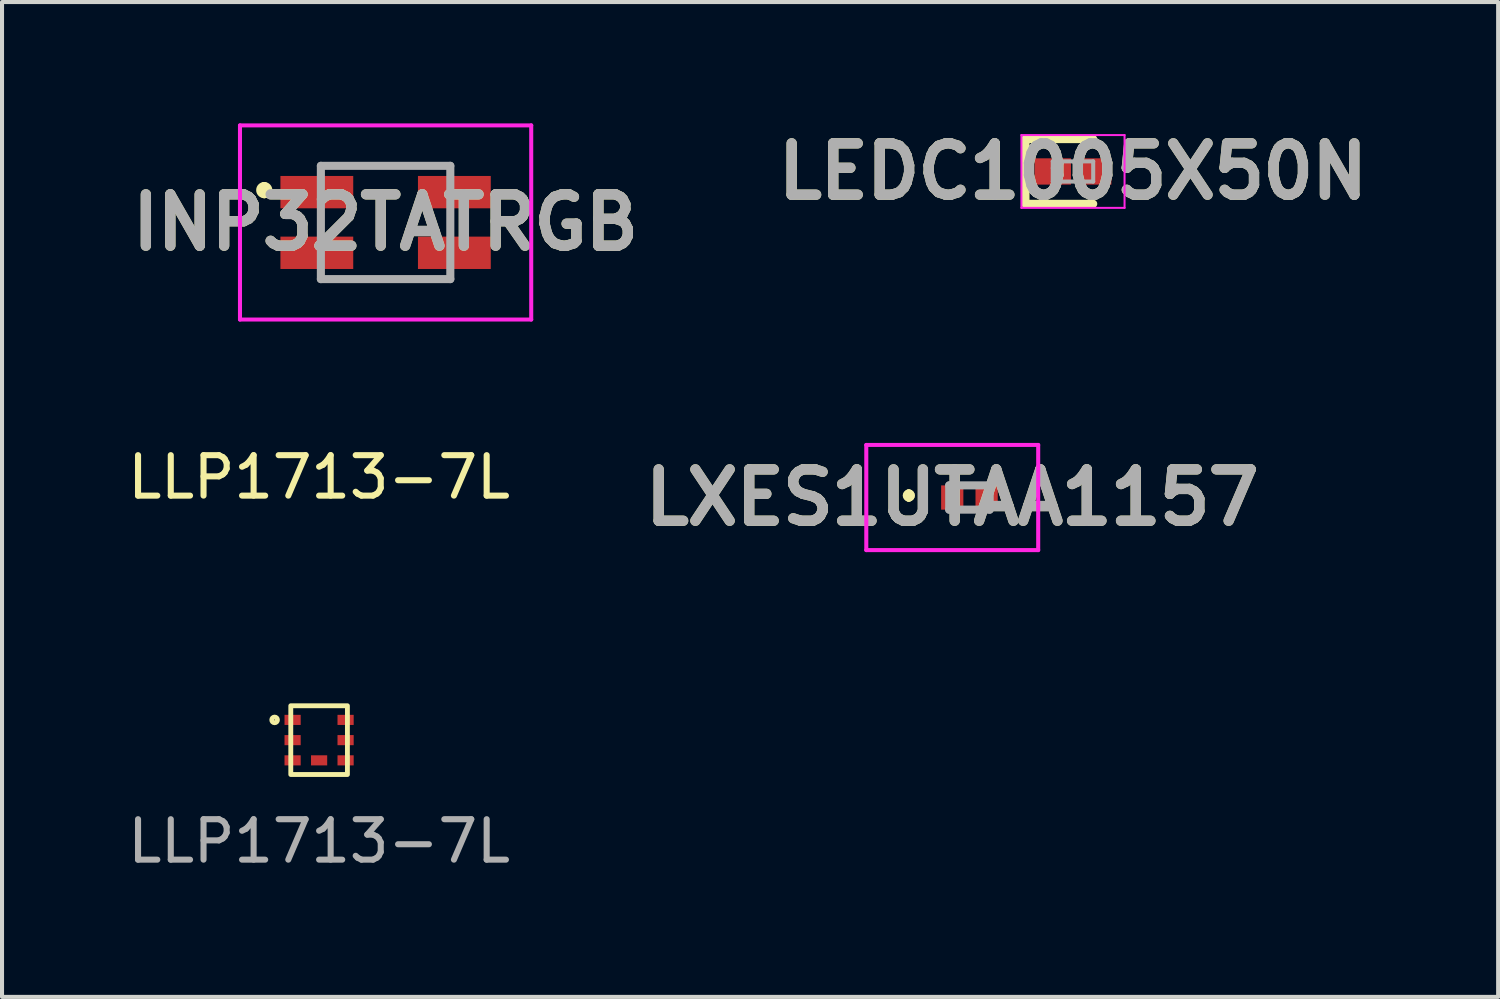
<source format=kicad_pcb>
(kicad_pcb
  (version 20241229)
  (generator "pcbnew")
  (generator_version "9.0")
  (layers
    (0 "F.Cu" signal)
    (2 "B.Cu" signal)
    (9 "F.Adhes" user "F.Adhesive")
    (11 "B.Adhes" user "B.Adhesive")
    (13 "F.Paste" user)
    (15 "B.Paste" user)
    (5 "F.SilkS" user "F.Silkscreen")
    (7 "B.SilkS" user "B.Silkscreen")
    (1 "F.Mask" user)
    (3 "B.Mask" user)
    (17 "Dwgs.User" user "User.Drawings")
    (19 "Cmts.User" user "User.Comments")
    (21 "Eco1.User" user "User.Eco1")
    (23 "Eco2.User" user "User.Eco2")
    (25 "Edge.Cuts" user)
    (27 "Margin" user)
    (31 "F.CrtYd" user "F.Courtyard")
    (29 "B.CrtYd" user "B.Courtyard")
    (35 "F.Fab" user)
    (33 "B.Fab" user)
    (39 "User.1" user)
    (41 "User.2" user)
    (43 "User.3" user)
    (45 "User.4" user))
  (footprint "LEDC1005X50N"
    (layer "F.Cu")
    (at 23.477 1.189)
    (property "Reference" "LEDC1005X50N" (at 0 0 0) (layer "F.SilkS") (effects (font (size 1.27 1.27) (thickness 0.254))))
    (attr smd)
    (fp_line (start -1.175 -0.8) (end -1.175 0.8) (stroke (width 0.2) (type solid)) (layer "F.SilkS"))
    (fp_line (start -1.175 0.8) (end 0.5 0.8) (stroke (width 0.2) (type solid)) (layer "F.SilkS"))
    (fp_line (start 0.5 -0.8) (end -1.175 -0.8) (stroke (width 0.2) (type solid)) (layer "F.SilkS"))
    (fp_line (start -1.275 -0.9) (end 1.275 -0.9) (stroke (width 0.05) (type solid)) (layer "F.CrtYd"))
    (fp_line (start -1.275 0.9) (end -1.275 -0.9) (stroke (width 0.05) (type solid)) (layer "F.CrtYd"))
    (fp_line (start 1.275 -0.9) (end 1.275 0.9) (stroke (width 0.05) (type solid)) (layer "F.CrtYd"))
    (fp_line (start 1.275 0.9) (end -1.275 0.9) (stroke (width 0.05) (type solid)) (layer "F.CrtYd"))
    (fp_line (start -0.5 -0.25) (end 0.5 -0.25) (stroke (width 0.1) (type solid)) (layer "F.Fab"))
    (fp_line (start -0.5 -0.083) (end -0.333 -0.25) (stroke (width 0.1) (type solid)) (layer "F.Fab"))
    (fp_line (start -0.5 0.25) (end -0.5 -0.25) (stroke (width 0.1) (type solid)) (layer "F.Fab"))
    (fp_line (start 0.5 -0.25) (end 0.5 0.25) (stroke (width 0.1) (type solid)) (layer "F.Fab"))
    (fp_line (start 0.5 0.25) (end -0.5 0.25) (stroke (width 0.1) (type solid)) (layer "F.Fab"))
    (fp_text user "${REFERENCE}" (at 0 0 0) (layer "F.Fab") (effects (font (size 1.27 1.27) (thickness 0.254))))
    (pad "1" smd rect (at -0.5 0 90) (size 0.65 0.9) (layers "F.Cu" "F.Mask" "F.Paste"))
    (pad "2" smd rect (at 0.5 0 90) (size 0.65 0.9) (layers "F.Cu" "F.Mask" "F.Paste")))
  (footprint "LLP1713-7L"
    (layer "F.Cu")
    (at 4.839 15.248)
    (property "Reference" "LLP1713-7L" (at 0 -6.5 0) (unlocked yes) (layer "F.SilkS") (effects (font (size 1 1) (thickness 0.15))))
    (attr smd)
    (fp_rect (start -0.7 0.85) (end 0.7 -0.85) (stroke (width 0.12) (type solid)) (fill no) (layer "F.SilkS"))
    (fp_circle (center -1.1 -0.5) (end -1.1 -0.57) (stroke (width 0.12) (type solid)) (fill no) (layer "F.SilkS"))
    (fp_text user "${REFERENCE}" (at 0 2.5 0) (unlocked yes) (layer "F.Fab") (effects (font (size 1 1) (thickness 0.15))))
    (pad "1" smd rect (at -0.655 -0.5) (size 0.4 0.25) (layers "F.Cu" "F.Mask" "F.Paste"))
    (pad "2" smd rect (at -0.655 0) (size 0.4 0.25) (layers "F.Cu" "F.Mask" "F.Paste"))
    (pad "3" smd rect (at -0.655 0.5) (size 0.4 0.25) (layers "F.Cu" "F.Mask" "F.Paste"))
    (pad "4" smd rect (at 0.655 0.5) (size 0.4 0.25) (layers "F.Cu" "F.Mask" "F.Paste"))
    (pad "5" smd rect (at 0.655 0) (size 0.4 0.25) (layers "F.Cu" "F.Mask" "F.Paste"))
    (pad "6" smd rect (at 0.655 -0.5) (size 0.4 0.25) (layers "F.Cu" "F.Mask" "F.Paste"))
    (pad "7" smd rect (at 0 0.5) (size 0.4 0.25) (layers "F.Cu" "F.Mask" "F.Paste")))
  (footprint "LXES1UTAA1157"
    (layer "F.Cu")
    (at 20.917 9.25)
    (property "Reference" "LXES1UTAA1157" (at -0.425 0 0) (layer "F.SilkS") (effects (font (size 1.27 1.27) (thickness 0.254))))
    (attr smd)
    (fp_line (start -1.5 -0.1) (end -1.5 -0.1) (stroke (width 0.2) (type solid)) (layer "F.SilkS"))
    (fp_line (start -1.5 0) (end -1.5 0) (stroke (width 0.2) (type solid)) (layer "F.SilkS"))
    (fp_line (start -1.5 0) (end -1.5 0) (stroke (width 0.2) (type solid)) (layer "F.SilkS"))
    (fp_arc (start -1.5 -0.1) (mid -1.45 -0.05) (end -1.5 0) (stroke (width 0.2) (type solid)) (layer "F.SilkS"))
    (fp_arc (start -1.5 -0.1) (mid -1.45 -0.05) (end -1.5 0) (stroke (width 0.2) (type solid)) (layer "F.SilkS"))
    (fp_arc (start -1.5 0) (mid -1.55 -0.05) (end -1.5 -0.1) (stroke (width 0.2) (type solid)) (layer "F.SilkS"))
    (fp_line (start -2.55 -1.3) (end 1.7 -1.3) (stroke (width 0.1) (type solid)) (layer "F.CrtYd"))
    (fp_line (start -2.55 1.3) (end -2.55 -1.3) (stroke (width 0.1) (type solid)) (layer "F.CrtYd"))
    (fp_line (start 1.7 -1.3) (end 1.7 1.3) (stroke (width 0.1) (type solid)) (layer "F.CrtYd"))
    (fp_line (start 1.7 1.3) (end -2.55 1.3) (stroke (width 0.1) (type solid)) (layer "F.CrtYd"))
    (fp_line (start -0.5 -0.3) (end -0.5 0.3) (stroke (width 0.2) (type solid)) (layer "F.Fab"))
    (fp_line (start -0.5 0.3) (end 0.5 0.3) (stroke (width 0.2) (type solid)) (layer "F.Fab"))
    (fp_line (start 0.5 -0.3) (end -0.5 -0.3) (stroke (width 0.2) (type solid)) (layer "F.Fab"))
    (fp_line (start 0.5 0.3) (end 0.5 -0.3) (stroke (width 0.2) (type solid)) (layer "F.Fab"))
    (fp_text user "${REFERENCE}" (at -0.425 0 0) (layer "F.Fab") (effects (font (size 1.27 1.27) (thickness 0.254))))
    (pad "1" smd rect (at -0.425 0) (size 0.55 0.6) (layers "F.Cu" "F.Mask" "F.Paste"))
    (pad "2" smd rect (at 0.425 0) (size 0.55 0.6) (layers "F.Cu" "F.Mask" "F.Paste")))
  (footprint "INP32TATRGB"
    (layer "F.Cu")
    (at 6.483 2.45)
    (property "Reference" "INP32TATRGB" (at 0 0 0) (layer "F.SilkS") (effects (font (size 1.27 1.27) (thickness 0.254))))
    (attr smd)
    (fp_line (start -3 -0.9) (end -3 -0.9) (stroke (width 0.2) (type solid)) (layer "F.SilkS"))
    (fp_line (start -3 -0.7) (end -3 -0.7) (stroke (width 0.2) (type solid)) (layer "F.SilkS"))
    (fp_line (start -1.6 -1.4) (end 1.6 -1.4) (stroke (width 0.1) (type solid)) (layer "F.SilkS"))
    (fp_line (start -1.6 1.4) (end 1.6 1.4) (stroke (width 0.1) (type solid)) (layer "F.SilkS"))
    (fp_arc (start -3 -0.9) (mid -2.9 -0.8) (end -3 -0.7) (stroke (width 0.2) (type solid)) (layer "F.SilkS"))
    (fp_arc (start -3 -0.7) (mid -3.1 -0.8) (end -3 -0.9) (stroke (width 0.2) (type solid)) (layer "F.SilkS"))
    (fp_line (start -3.6 -2.4) (end 3.6 -2.4) (stroke (width 0.1) (type solid)) (layer "F.CrtYd"))
    (fp_line (start -3.6 2.4) (end -3.6 -2.4) (stroke (width 0.1) (type solid)) (layer "F.CrtYd"))
    (fp_line (start 3.6 -2.4) (end 3.6 2.4) (stroke (width 0.1) (type solid)) (layer "F.CrtYd"))
    (fp_line (start 3.6 2.4) (end -3.6 2.4) (stroke (width 0.1) (type solid)) (layer "F.CrtYd"))
    (fp_line (start -1.6 -1.4) (end 1.6 -1.4) (stroke (width 0.2) (type solid)) (layer "F.Fab"))
    (fp_line (start -1.6 1.4) (end -1.6 -1.4) (stroke (width 0.2) (type solid)) (layer "F.Fab"))
    (fp_line (start 1.6 -1.4) (end 1.6 1.4) (stroke (width 0.2) (type solid)) (layer "F.Fab"))
    (fp_line (start 1.6 1.4) (end -1.6 1.4) (stroke (width 0.2) (type solid)) (layer "F.Fab"))
    (fp_text user "${REFERENCE}" (at 0 0 0) (layer "F.Fab") (effects (font (size 1.27 1.27) (thickness 0.254))))
    (pad "1" smd rect (at -1.7 -0.75 90) (size 0.8 1.8) (layers "F.Cu" "F.Mask" "F.Paste"))
    (pad "2" smd rect (at 1.7 -0.75 90) (size 0.8 1.8) (layers "F.Cu" "F.Mask" "F.Paste"))
    (pad "3" smd rect (at -1.7 0.75 90) (size 0.8 1.8) (layers "F.Cu" "F.Mask" "F.Paste"))
    (pad "4" smd rect (at 1.7 0.75 90) (size 0.8 1.8) (layers "F.Cu" "F.Mask" "F.Paste")))
  (gr_rect
    (start -3 -3)
    (end 33.988 21.596)
    (stroke (width 0.1) (type default))
    (fill no)
    (layer "Edge.Cuts")))
</source>
